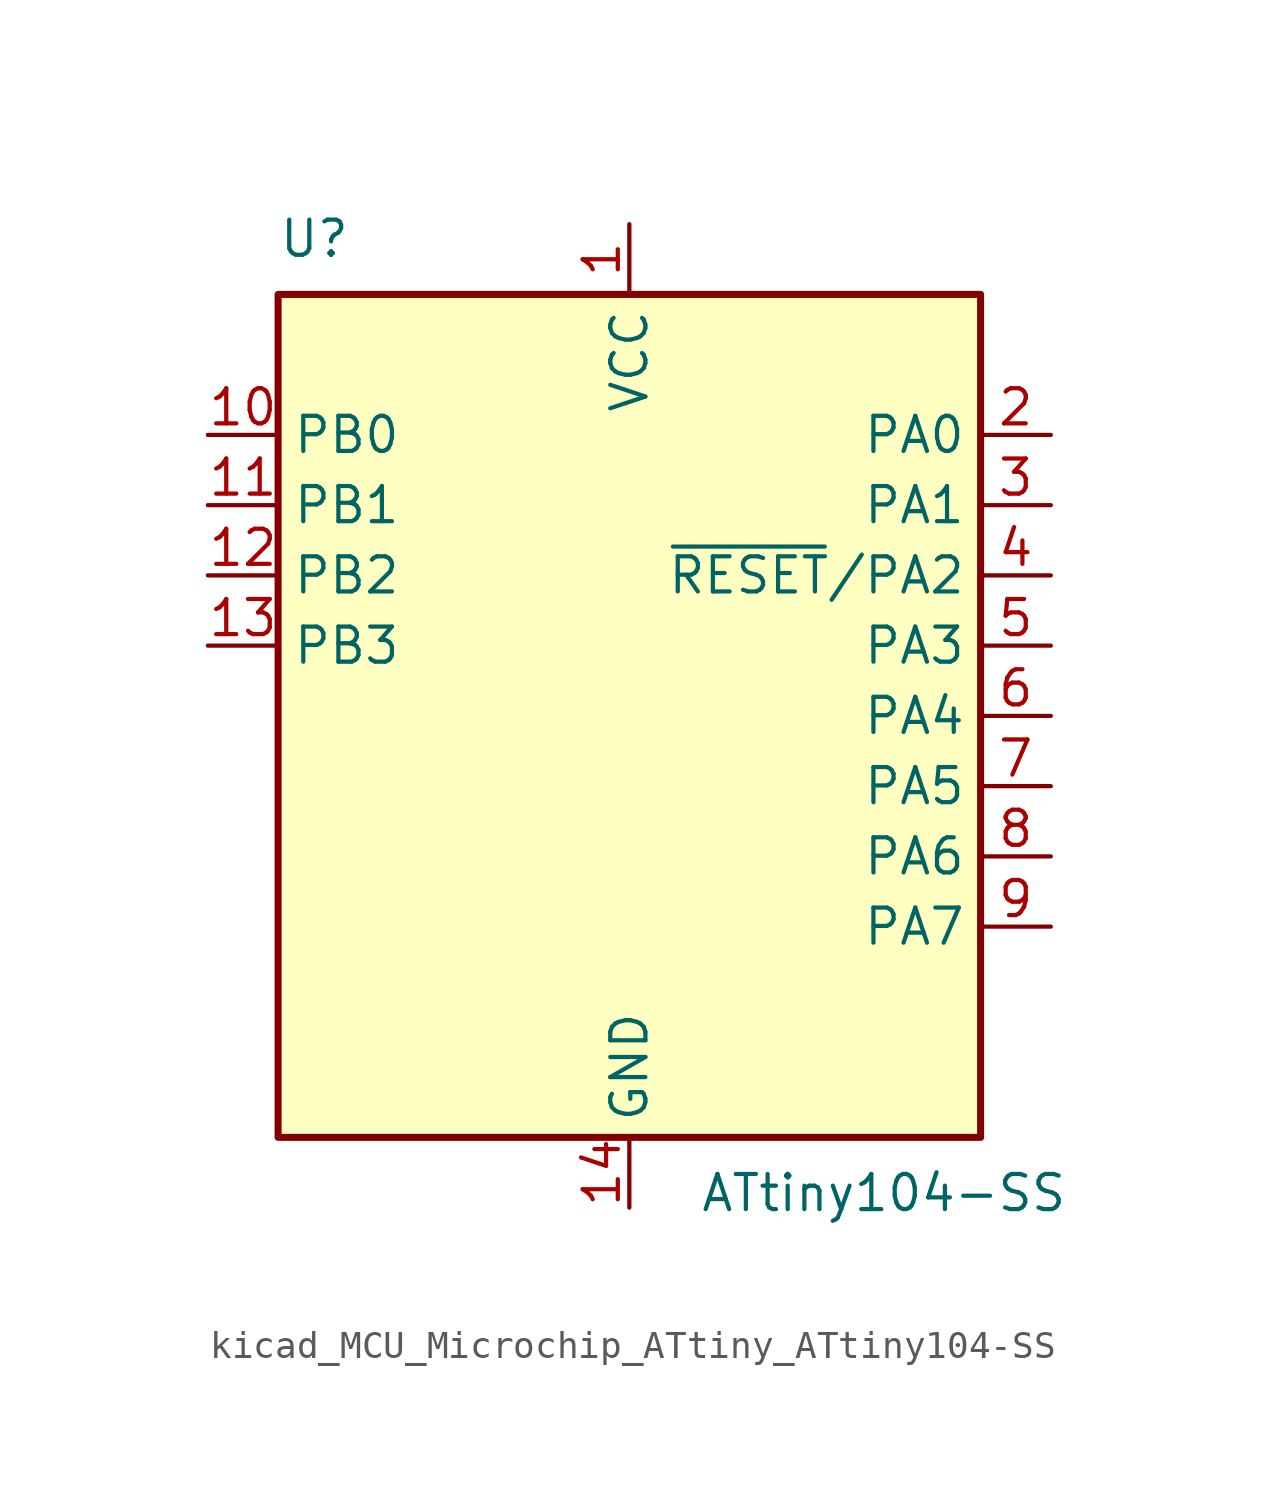
<source format=kicad_sym>
(kicad_symbol_lib
  (version 20220914)
  (generator kicad_symbol_editor)
  (symbol "kicad_MCU_Microchip_ATtiny_ATtiny104-SS"
    (property "Reference" "U"
      (at -12.7 16.51 0)
      (effects (font (size 1.27 1.27)) (justify left bottom)))
    (property "Value" "ATtiny104-SS"
      (at 2.54 -16.51 0)
      (effects (font (size 1.27 1.27)) (justify left top)))
    (symbol "kicad_MCU_Microchip_ATtiny_ATtiny104-SS_0_1"
      (rectangle (start -12.7 -15.24) (end 12.7 15.24) (stroke (width 0.254) (type default)) (fill (type background))))
    (symbol "kicad_MCU_Microchip_ATtiny_ATtiny104-SS_1_1"
      (pin power_in line (at 0 17.78 270) (length 2.54) (name "VCC" (effects (font (size 1.27 1.27)))) (number "1" (effects (font (size 1.27 1.27)))))
      (pin bidirectional line (at -15.24 10.16 0) (length 2.54) (name "PB0" (effects (font (size 1.27 1.27)))) (number "10" (effects (font (size 1.27 1.27)))))
      (pin bidirectional line (at -15.24 7.62 0) (length 2.54) (name "PB1" (effects (font (size 1.27 1.27)))) (number "11" (effects (font (size 1.27 1.27)))))
      (pin bidirectional line (at -15.24 5.08 0) (length 2.54) (name "PB2" (effects (font (size 1.27 1.27)))) (number "12" (effects (font (size 1.27 1.27)))))
      (pin bidirectional line (at -15.24 2.54 0) (length 2.54) (name "PB3" (effects (font (size 1.27 1.27)))) (number "13" (effects (font (size 1.27 1.27)))))
      (pin power_in line (at 0 -17.78 90) (length 2.54) (name "GND" (effects (font (size 1.27 1.27)))) (number "14" (effects (font (size 1.27 1.27)))))
      (pin bidirectional line (at 15.24 10.16 180) (length 2.54) (name "PA0" (effects (font (size 1.27 1.27)))) (number "2" (effects (font (size 1.27 1.27)))))
      (pin bidirectional line (at 15.24 7.62 180) (length 2.54) (name "PA1" (effects (font (size 1.27 1.27)))) (number "3" (effects (font (size 1.27 1.27)))))
      (pin bidirectional line (at 15.24 5.08 180) (length 2.54) (name "~{RESET}/PA2" (effects (font (size 1.27 1.27)))) (number "4" (effects (font (size 1.27 1.27)))))
      (pin bidirectional line (at 15.24 2.54 180) (length 2.54) (name "PA3" (effects (font (size 1.27 1.27)))) (number "5" (effects (font (size 1.27 1.27)))))
      (pin bidirectional line (at 15.24 0 180) (length 2.54) (name "PA4" (effects (font (size 1.27 1.27)))) (number "6" (effects (font (size 1.27 1.27)))))
      (pin bidirectional line (at 15.24 -2.54 180) (length 2.54) (name "PA5" (effects (font (size 1.27 1.27)))) (number "7" (effects (font (size 1.27 1.27)))))
      (pin bidirectional line (at 15.24 -5.08 180) (length 2.54) (name "PA6" (effects (font (size 1.27 1.27)))) (number "8" (effects (font (size 1.27 1.27)))))
      (pin bidirectional line (at 15.24 -7.62 180) (length 2.54) (name "PA7" (effects (font (size 1.27 1.27)))) (number "9" (effects (font (size 1.27 1.27))))))))
</source>
